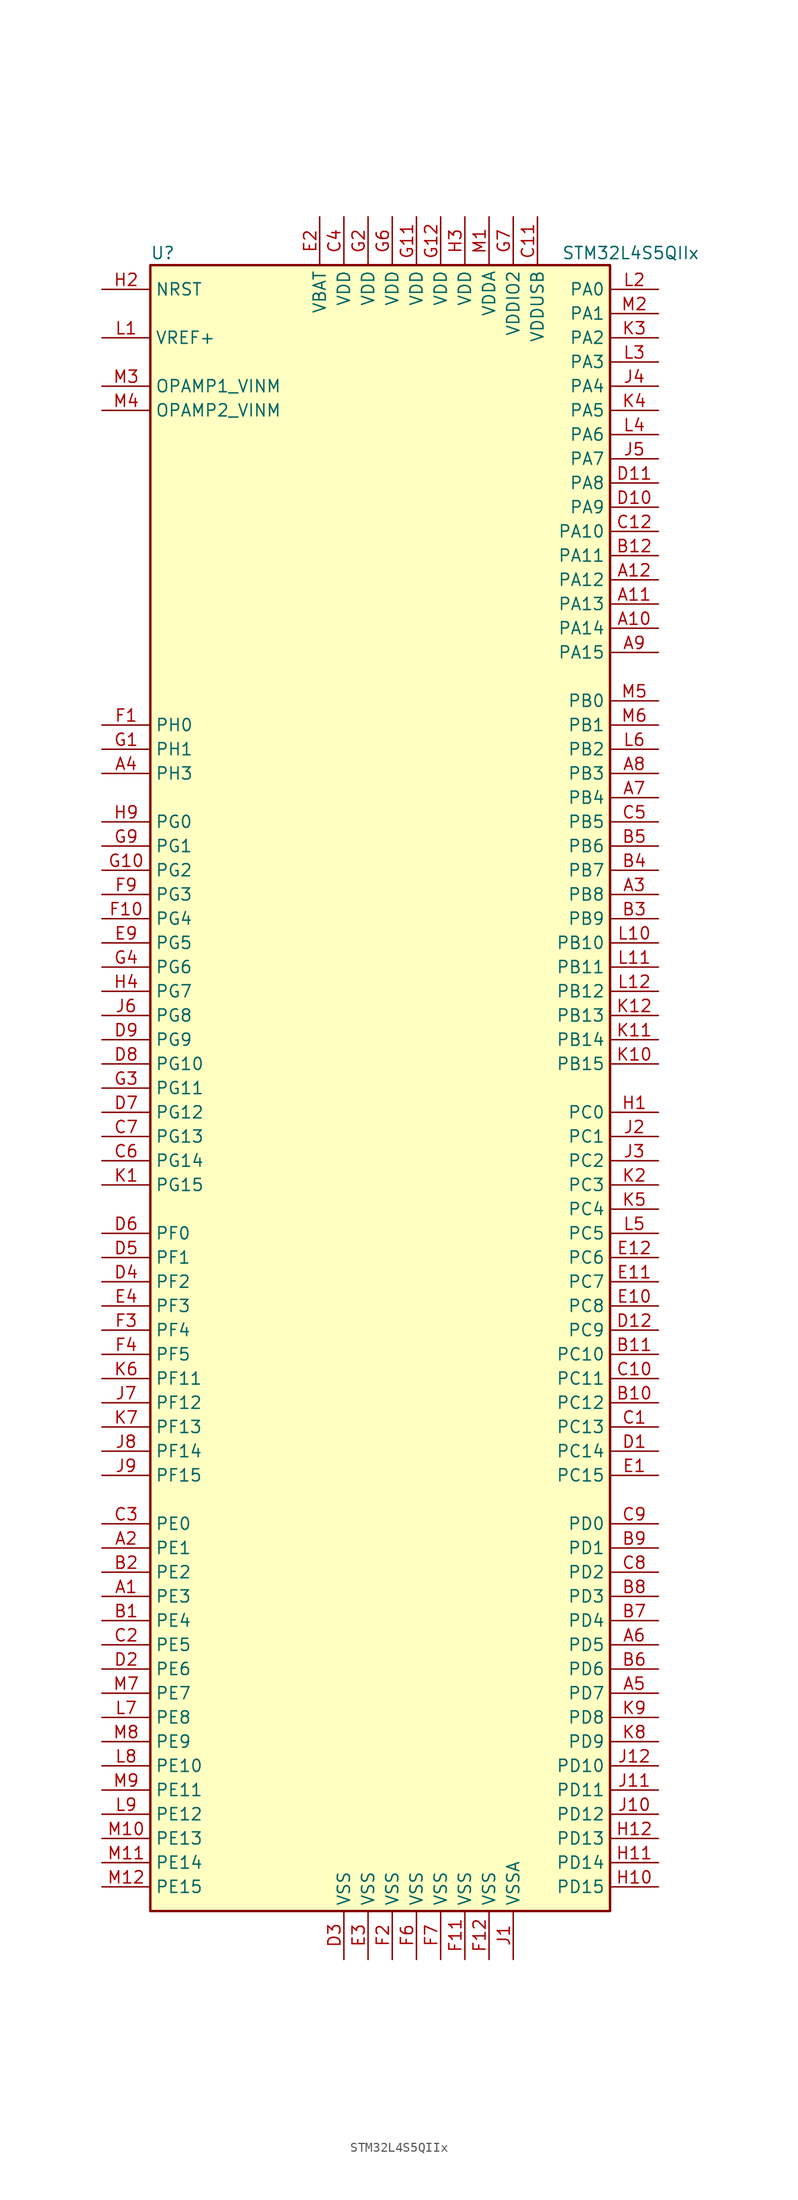
<source format=kicad_sym>
(kicad_symbol_lib
  (version 20220914)
  (generator kicad_symbol_editor)
  (symbol "STM32L4S5QIIx"
    (property "Reference" "U"
      (at -25.4 87.63 0)
      (effects (font (size 1.27 1.27)) (justify left)))
    (property "Value" "STM32L4S5QIIx"
      (at 17.78 87.63 0)
      (effects (font (size 1.27 1.27)) (justify left)))
    (symbol "STM32L4S5QIIx_0_1"
      (rectangle (start -25.4 -86.36) (end 22.86 86.36) (stroke (width 0.254) (type default)) (fill (type background))))
    (symbol "STM32L4S5QIIx_1_1"
      (pin bidirectional line (at -30.48 -53.34 0) (length 5.08) (name "PE3" (effects (font (size 1.27 1.27)))) (number "A1" (effects (font (size 1.27 1.27)))))
      (pin bidirectional line (at 27.94 48.26 180) (length 5.08) (name "PA14" (effects (font (size 1.27 1.27)))) (number "A10" (effects (font (size 1.27 1.27)))))
      (pin bidirectional line (at 27.94 50.8 180) (length 5.08) (name "PA13" (effects (font (size 1.27 1.27)))) (number "A11" (effects (font (size 1.27 1.27)))))
      (pin bidirectional line (at 27.94 53.34 180) (length 5.08) (name "PA12" (effects (font (size 1.27 1.27)))) (number "A12" (effects (font (size 1.27 1.27)))))
      (pin bidirectional line (at -30.48 -48.26 0) (length 5.08) (name "PE1" (effects (font (size 1.27 1.27)))) (number "A2" (effects (font (size 1.27 1.27)))))
      (pin bidirectional line (at 27.94 20.32 180) (length 5.08) (name "PB8" (effects (font (size 1.27 1.27)))) (number "A3" (effects (font (size 1.27 1.27)))))
      (pin bidirectional line (at -30.48 33.02 0) (length 5.08) (name "PH3" (effects (font (size 1.27 1.27)))) (number "A4" (effects (font (size 1.27 1.27)))))
      (pin bidirectional line (at 27.94 -63.5 180) (length 5.08) (name "PD7" (effects (font (size 1.27 1.27)))) (number "A5" (effects (font (size 1.27 1.27)))))
      (pin bidirectional line (at 27.94 -58.42 180) (length 5.08) (name "PD5" (effects (font (size 1.27 1.27)))) (number "A6" (effects (font (size 1.27 1.27)))))
      (pin bidirectional line (at 27.94 30.48 180) (length 5.08) (name "PB4" (effects (font (size 1.27 1.27)))) (number "A7" (effects (font (size 1.27 1.27)))))
      (pin bidirectional line (at 27.94 33.02 180) (length 5.08) (name "PB3" (effects (font (size 1.27 1.27)))) (number "A8" (effects (font (size 1.27 1.27)))))
      (pin bidirectional line (at 27.94 45.72 180) (length 5.08) (name "PA15" (effects (font (size 1.27 1.27)))) (number "A9" (effects (font (size 1.27 1.27)))))
      (pin bidirectional line (at -30.48 -55.88 0) (length 5.08) (name "PE4" (effects (font (size 1.27 1.27)))) (number "B1" (effects (font (size 1.27 1.27)))))
      (pin bidirectional line (at 27.94 -33.02 180) (length 5.08) (name "PC12" (effects (font (size 1.27 1.27)))) (number "B10" (effects (font (size 1.27 1.27)))))
      (pin bidirectional line (at 27.94 -27.94 180) (length 5.08) (name "PC10" (effects (font (size 1.27 1.27)))) (number "B11" (effects (font (size 1.27 1.27)))))
      (pin bidirectional line (at 27.94 55.88 180) (length 5.08) (name "PA11" (effects (font (size 1.27 1.27)))) (number "B12" (effects (font (size 1.27 1.27)))))
      (pin bidirectional line (at -30.48 -50.8 0) (length 5.08) (name "PE2" (effects (font (size 1.27 1.27)))) (number "B2" (effects (font (size 1.27 1.27)))))
      (pin bidirectional line (at 27.94 17.78 180) (length 5.08) (name "PB9" (effects (font (size 1.27 1.27)))) (number "B3" (effects (font (size 1.27 1.27)))))
      (pin bidirectional line (at 27.94 22.86 180) (length 5.08) (name "PB7" (effects (font (size 1.27 1.27)))) (number "B4" (effects (font (size 1.27 1.27)))))
      (pin bidirectional line (at 27.94 25.4 180) (length 5.08) (name "PB6" (effects (font (size 1.27 1.27)))) (number "B5" (effects (font (size 1.27 1.27)))))
      (pin bidirectional line (at 27.94 -60.96 180) (length 5.08) (name "PD6" (effects (font (size 1.27 1.27)))) (number "B6" (effects (font (size 1.27 1.27)))))
      (pin bidirectional line (at 27.94 -55.88 180) (length 5.08) (name "PD4" (effects (font (size 1.27 1.27)))) (number "B7" (effects (font (size 1.27 1.27)))))
      (pin bidirectional line (at 27.94 -53.34 180) (length 5.08) (name "PD3" (effects (font (size 1.27 1.27)))) (number "B8" (effects (font (size 1.27 1.27)))))
      (pin bidirectional line (at 27.94 -48.26 180) (length 5.08) (name "PD1" (effects (font (size 1.27 1.27)))) (number "B9" (effects (font (size 1.27 1.27)))))
      (pin bidirectional line (at 27.94 -35.56 180) (length 5.08) (name "PC13" (effects (font (size 1.27 1.27)))) (number "C1" (effects (font (size 1.27 1.27)))))
      (pin bidirectional line (at 27.94 -30.48 180) (length 5.08) (name "PC11" (effects (font (size 1.27 1.27)))) (number "C10" (effects (font (size 1.27 1.27)))))
      (pin power_in line (at 15.24 91.44 270) (length 5.08) (name "VDDUSB" (effects (font (size 1.27 1.27)))) (number "C11" (effects (font (size 1.27 1.27)))))
      (pin bidirectional line (at 27.94 58.42 180) (length 5.08) (name "PA10" (effects (font (size 1.27 1.27)))) (number "C12" (effects (font (size 1.27 1.27)))))
      (pin bidirectional line (at -30.48 -58.42 0) (length 5.08) (name "PE5" (effects (font (size 1.27 1.27)))) (number "C2" (effects (font (size 1.27 1.27)))))
      (pin bidirectional line (at -30.48 -45.72 0) (length 5.08) (name "PE0" (effects (font (size 1.27 1.27)))) (number "C3" (effects (font (size 1.27 1.27)))))
      (pin power_in line (at -5.08 91.44 270) (length 5.08) (name "VDD" (effects (font (size 1.27 1.27)))) (number "C4" (effects (font (size 1.27 1.27)))))
      (pin bidirectional line (at 27.94 27.94 180) (length 5.08) (name "PB5" (effects (font (size 1.27 1.27)))) (number "C5" (effects (font (size 1.27 1.27)))))
      (pin bidirectional line (at -30.48 -7.62 0) (length 5.08) (name "PG14" (effects (font (size 1.27 1.27)))) (number "C6" (effects (font (size 1.27 1.27)))))
      (pin bidirectional line (at -30.48 -5.08 0) (length 5.08) (name "PG13" (effects (font (size 1.27 1.27)))) (number "C7" (effects (font (size 1.27 1.27)))))
      (pin bidirectional line (at 27.94 -50.8 180) (length 5.08) (name "PD2" (effects (font (size 1.27 1.27)))) (number "C8" (effects (font (size 1.27 1.27)))))
      (pin bidirectional line (at 27.94 -45.72 180) (length 5.08) (name "PD0" (effects (font (size 1.27 1.27)))) (number "C9" (effects (font (size 1.27 1.27)))))
      (pin bidirectional line (at 27.94 -38.1 180) (length 5.08) (name "PC14" (effects (font (size 1.27 1.27)))) (number "D1" (effects (font (size 1.27 1.27)))))
      (pin bidirectional line (at 27.94 60.96 180) (length 5.08) (name "PA9" (effects (font (size 1.27 1.27)))) (number "D10" (effects (font (size 1.27 1.27)))))
      (pin bidirectional line (at 27.94 63.5 180) (length 5.08) (name "PA8" (effects (font (size 1.27 1.27)))) (number "D11" (effects (font (size 1.27 1.27)))))
      (pin bidirectional line (at 27.94 -25.4 180) (length 5.08) (name "PC9" (effects (font (size 1.27 1.27)))) (number "D12" (effects (font (size 1.27 1.27)))))
      (pin bidirectional line (at -30.48 -60.96 0) (length 5.08) (name "PE6" (effects (font (size 1.27 1.27)))) (number "D2" (effects (font (size 1.27 1.27)))))
      (pin power_in line (at -5.08 -91.44 90) (length 5.08) (name "VSS" (effects (font (size 1.27 1.27)))) (number "D3" (effects (font (size 1.27 1.27)))))
      (pin bidirectional line (at -30.48 -20.32 0) (length 5.08) (name "PF2" (effects (font (size 1.27 1.27)))) (number "D4" (effects (font (size 1.27 1.27)))))
      (pin bidirectional line (at -30.48 -17.78 0) (length 5.08) (name "PF1" (effects (font (size 1.27 1.27)))) (number "D5" (effects (font (size 1.27 1.27)))))
      (pin bidirectional line (at -30.48 -15.24 0) (length 5.08) (name "PF0" (effects (font (size 1.27 1.27)))) (number "D6" (effects (font (size 1.27 1.27)))))
      (pin bidirectional line (at -30.48 -2.54 0) (length 5.08) (name "PG12" (effects (font (size 1.27 1.27)))) (number "D7" (effects (font (size 1.27 1.27)))))
      (pin bidirectional line (at -30.48 2.54 0) (length 5.08) (name "PG10" (effects (font (size 1.27 1.27)))) (number "D8" (effects (font (size 1.27 1.27)))))
      (pin bidirectional line (at -30.48 5.08 0) (length 5.08) (name "PG9" (effects (font (size 1.27 1.27)))) (number "D9" (effects (font (size 1.27 1.27)))))
      (pin bidirectional line (at 27.94 -40.64 180) (length 5.08) (name "PC15" (effects (font (size 1.27 1.27)))) (number "E1" (effects (font (size 1.27 1.27)))))
      (pin bidirectional line (at 27.94 -22.86 180) (length 5.08) (name "PC8" (effects (font (size 1.27 1.27)))) (number "E10" (effects (font (size 1.27 1.27)))))
      (pin bidirectional line (at 27.94 -20.32 180) (length 5.08) (name "PC7" (effects (font (size 1.27 1.27)))) (number "E11" (effects (font (size 1.27 1.27)))))
      (pin bidirectional line (at 27.94 -17.78 180) (length 5.08) (name "PC6" (effects (font (size 1.27 1.27)))) (number "E12" (effects (font (size 1.27 1.27)))))
      (pin power_in line (at -7.62 91.44 270) (length 5.08) (name "VBAT" (effects (font (size 1.27 1.27)))) (number "E2" (effects (font (size 1.27 1.27)))))
      (pin power_in line (at -2.54 -91.44 90) (length 5.08) (name "VSS" (effects (font (size 1.27 1.27)))) (number "E3" (effects (font (size 1.27 1.27)))))
      (pin bidirectional line (at -30.48 -22.86 0) (length 5.08) (name "PF3" (effects (font (size 1.27 1.27)))) (number "E4" (effects (font (size 1.27 1.27)))))
      (pin bidirectional line (at -30.48 15.24 0) (length 5.08) (name "PG5" (effects (font (size 1.27 1.27)))) (number "E9" (effects (font (size 1.27 1.27)))))
      (pin input line (at -30.48 38.1 0) (length 5.08) (name "PH0" (effects (font (size 1.27 1.27)))) (number "F1" (effects (font (size 1.27 1.27)))))
      (pin bidirectional line (at -30.48 17.78 0) (length 5.08) (name "PG4" (effects (font (size 1.27 1.27)))) (number "F10" (effects (font (size 1.27 1.27)))))
      (pin power_in line (at 7.62 -91.44 90) (length 5.08) (name "VSS" (effects (font (size 1.27 1.27)))) (number "F11" (effects (font (size 1.27 1.27)))))
      (pin power_in line (at 10.16 -91.44 90) (length 5.08) (name "VSS" (effects (font (size 1.27 1.27)))) (number "F12" (effects (font (size 1.27 1.27)))))
      (pin power_in line (at 0 -91.44 90) (length 5.08) (name "VSS" (effects (font (size 1.27 1.27)))) (number "F2" (effects (font (size 1.27 1.27)))))
      (pin bidirectional line (at -30.48 -25.4 0) (length 5.08) (name "PF4" (effects (font (size 1.27 1.27)))) (number "F3" (effects (font (size 1.27 1.27)))))
      (pin bidirectional line (at -30.48 -27.94 0) (length 5.08) (name "PF5" (effects (font (size 1.27 1.27)))) (number "F4" (effects (font (size 1.27 1.27)))))
      (pin power_in line (at 2.54 -91.44 90) (length 5.08) (name "VSS" (effects (font (size 1.27 1.27)))) (number "F6" (effects (font (size 1.27 1.27)))))
      (pin power_in line (at 5.08 -91.44 90) (length 5.08) (name "VSS" (effects (font (size 1.27 1.27)))) (number "F7" (effects (font (size 1.27 1.27)))))
      (pin bidirectional line (at -30.48 20.32 0) (length 5.08) (name "PG3" (effects (font (size 1.27 1.27)))) (number "F9" (effects (font (size 1.27 1.27)))))
      (pin input line (at -30.48 35.56 0) (length 5.08) (name "PH1" (effects (font (size 1.27 1.27)))) (number "G1" (effects (font (size 1.27 1.27)))))
      (pin bidirectional line (at -30.48 22.86 0) (length 5.08) (name "PG2" (effects (font (size 1.27 1.27)))) (number "G10" (effects (font (size 1.27 1.27)))))
      (pin power_in line (at 2.54 91.44 270) (length 5.08) (name "VDD" (effects (font (size 1.27 1.27)))) (number "G11" (effects (font (size 1.27 1.27)))))
      (pin power_in line (at 5.08 91.44 270) (length 5.08) (name "VDD" (effects (font (size 1.27 1.27)))) (number "G12" (effects (font (size 1.27 1.27)))))
      (pin power_in line (at -2.54 91.44 270) (length 5.08) (name "VDD" (effects (font (size 1.27 1.27)))) (number "G2" (effects (font (size 1.27 1.27)))))
      (pin bidirectional line (at -30.48 0 0) (length 5.08) (name "PG11" (effects (font (size 1.27 1.27)))) (number "G3" (effects (font (size 1.27 1.27)))))
      (pin bidirectional line (at -30.48 12.7 0) (length 5.08) (name "PG6" (effects (font (size 1.27 1.27)))) (number "G4" (effects (font (size 1.27 1.27)))))
      (pin power_in line (at 0 91.44 270) (length 5.08) (name "VDD" (effects (font (size 1.27 1.27)))) (number "G6" (effects (font (size 1.27 1.27)))))
      (pin power_in line (at 12.7 91.44 270) (length 5.08) (name "VDDIO2" (effects (font (size 1.27 1.27)))) (number "G7" (effects (font (size 1.27 1.27)))))
      (pin bidirectional line (at -30.48 25.4 0) (length 5.08) (name "PG1" (effects (font (size 1.27 1.27)))) (number "G9" (effects (font (size 1.27 1.27)))))
      (pin bidirectional line (at 27.94 -2.54 180) (length 5.08) (name "PC0" (effects (font (size 1.27 1.27)))) (number "H1" (effects (font (size 1.27 1.27)))))
      (pin bidirectional line (at 27.94 -83.82 180) (length 5.08) (name "PD15" (effects (font (size 1.27 1.27)))) (number "H10" (effects (font (size 1.27 1.27)))))
      (pin bidirectional line (at 27.94 -81.28 180) (length 5.08) (name "PD14" (effects (font (size 1.27 1.27)))) (number "H11" (effects (font (size 1.27 1.27)))))
      (pin bidirectional line (at 27.94 -78.74 180) (length 5.08) (name "PD13" (effects (font (size 1.27 1.27)))) (number "H12" (effects (font (size 1.27 1.27)))))
      (pin input line (at -30.48 83.82 0) (length 5.08) (name "NRST" (effects (font (size 1.27 1.27)))) (number "H2" (effects (font (size 1.27 1.27)))))
      (pin power_in line (at 7.62 91.44 270) (length 5.08) (name "VDD" (effects (font (size 1.27 1.27)))) (number "H3" (effects (font (size 1.27 1.27)))))
      (pin bidirectional line (at -30.48 10.16 0) (length 5.08) (name "PG7" (effects (font (size 1.27 1.27)))) (number "H4" (effects (font (size 1.27 1.27)))))
      (pin bidirectional line (at -30.48 27.94 0) (length 5.08) (name "PG0" (effects (font (size 1.27 1.27)))) (number "H9" (effects (font (size 1.27 1.27)))))
      (pin power_in line (at 12.7 -91.44 90) (length 5.08) (name "VSSA" (effects (font (size 1.27 1.27)))) (number "J1" (effects (font (size 1.27 1.27)))))
      (pin bidirectional line (at 27.94 -76.2 180) (length 5.08) (name "PD12" (effects (font (size 1.27 1.27)))) (number "J10" (effects (font (size 1.27 1.27)))))
      (pin bidirectional line (at 27.94 -73.66 180) (length 5.08) (name "PD11" (effects (font (size 1.27 1.27)))) (number "J11" (effects (font (size 1.27 1.27)))))
      (pin bidirectional line (at 27.94 -71.12 180) (length 5.08) (name "PD10" (effects (font (size 1.27 1.27)))) (number "J12" (effects (font (size 1.27 1.27)))))
      (pin bidirectional line (at 27.94 -5.08 180) (length 5.08) (name "PC1" (effects (font (size 1.27 1.27)))) (number "J2" (effects (font (size 1.27 1.27)))))
      (pin bidirectional line (at 27.94 -7.62 180) (length 5.08) (name "PC2" (effects (font (size 1.27 1.27)))) (number "J3" (effects (font (size 1.27 1.27)))))
      (pin bidirectional line (at 27.94 73.66 180) (length 5.08) (name "PA4" (effects (font (size 1.27 1.27)))) (number "J4" (effects (font (size 1.27 1.27)))))
      (pin bidirectional line (at 27.94 66.04 180) (length 5.08) (name "PA7" (effects (font (size 1.27 1.27)))) (number "J5" (effects (font (size 1.27 1.27)))))
      (pin bidirectional line (at -30.48 7.62 0) (length 5.08) (name "PG8" (effects (font (size 1.27 1.27)))) (number "J6" (effects (font (size 1.27 1.27)))))
      (pin bidirectional line (at -30.48 -33.02 0) (length 5.08) (name "PF12" (effects (font (size 1.27 1.27)))) (number "J7" (effects (font (size 1.27 1.27)))))
      (pin bidirectional line (at -30.48 -38.1 0) (length 5.08) (name "PF14" (effects (font (size 1.27 1.27)))) (number "J8" (effects (font (size 1.27 1.27)))))
      (pin bidirectional line (at -30.48 -40.64 0) (length 5.08) (name "PF15" (effects (font (size 1.27 1.27)))) (number "J9" (effects (font (size 1.27 1.27)))))
      (pin bidirectional line (at -30.48 -10.16 0) (length 5.08) (name "PG15" (effects (font (size 1.27 1.27)))) (number "K1" (effects (font (size 1.27 1.27)))))
      (pin bidirectional line (at 27.94 2.54 180) (length 5.08) (name "PB15" (effects (font (size 1.27 1.27)))) (number "K10" (effects (font (size 1.27 1.27)))))
      (pin bidirectional line (at 27.94 5.08 180) (length 5.08) (name "PB14" (effects (font (size 1.27 1.27)))) (number "K11" (effects (font (size 1.27 1.27)))))
      (pin bidirectional line (at 27.94 7.62 180) (length 5.08) (name "PB13" (effects (font (size 1.27 1.27)))) (number "K12" (effects (font (size 1.27 1.27)))))
      (pin bidirectional line (at 27.94 -10.16 180) (length 5.08) (name "PC3" (effects (font (size 1.27 1.27)))) (number "K2" (effects (font (size 1.27 1.27)))))
      (pin bidirectional line (at 27.94 78.74 180) (length 5.08) (name "PA2" (effects (font (size 1.27 1.27)))) (number "K3" (effects (font (size 1.27 1.27)))))
      (pin bidirectional line (at 27.94 71.12 180) (length 5.08) (name "PA5" (effects (font (size 1.27 1.27)))) (number "K4" (effects (font (size 1.27 1.27)))))
      (pin bidirectional line (at 27.94 -12.7 180) (length 5.08) (name "PC4" (effects (font (size 1.27 1.27)))) (number "K5" (effects (font (size 1.27 1.27)))))
      (pin bidirectional line (at -30.48 -30.48 0) (length 5.08) (name "PF11" (effects (font (size 1.27 1.27)))) (number "K6" (effects (font (size 1.27 1.27)))))
      (pin bidirectional line (at -30.48 -35.56 0) (length 5.08) (name "PF13" (effects (font (size 1.27 1.27)))) (number "K7" (effects (font (size 1.27 1.27)))))
      (pin bidirectional line (at 27.94 -68.58 180) (length 5.08) (name "PD9" (effects (font (size 1.27 1.27)))) (number "K8" (effects (font (size 1.27 1.27)))))
      (pin bidirectional line (at 27.94 -66.04 180) (length 5.08) (name "PD8" (effects (font (size 1.27 1.27)))) (number "K9" (effects (font (size 1.27 1.27)))))
      (pin bidirectional line (at -30.48 78.74 0) (length 5.08) (name "VREF+" (effects (font (size 1.27 1.27)))) (number "L1" (effects (font (size 1.27 1.27)))))
      (pin bidirectional line (at 27.94 15.24 180) (length 5.08) (name "PB10" (effects (font (size 1.27 1.27)))) (number "L10" (effects (font (size 1.27 1.27)))))
      (pin bidirectional line (at 27.94 12.7 180) (length 5.08) (name "PB11" (effects (font (size 1.27 1.27)))) (number "L11" (effects (font (size 1.27 1.27)))))
      (pin bidirectional line (at 27.94 10.16 180) (length 5.08) (name "PB12" (effects (font (size 1.27 1.27)))) (number "L12" (effects (font (size 1.27 1.27)))))
      (pin bidirectional line (at 27.94 83.82 180) (length 5.08) (name "PA0" (effects (font (size 1.27 1.27)))) (number "L2" (effects (font (size 1.27 1.27)))))
      (pin bidirectional line (at 27.94 76.2 180) (length 5.08) (name "PA3" (effects (font (size 1.27 1.27)))) (number "L3" (effects (font (size 1.27 1.27)))))
      (pin bidirectional line (at 27.94 68.58 180) (length 5.08) (name "PA6" (effects (font (size 1.27 1.27)))) (number "L4" (effects (font (size 1.27 1.27)))))
      (pin bidirectional line (at 27.94 -15.24 180) (length 5.08) (name "PC5" (effects (font (size 1.27 1.27)))) (number "L5" (effects (font (size 1.27 1.27)))))
      (pin bidirectional line (at 27.94 35.56 180) (length 5.08) (name "PB2" (effects (font (size 1.27 1.27)))) (number "L6" (effects (font (size 1.27 1.27)))))
      (pin bidirectional line (at -30.48 -66.04 0) (length 5.08) (name "PE8" (effects (font (size 1.27 1.27)))) (number "L7" (effects (font (size 1.27 1.27)))))
      (pin bidirectional line (at -30.48 -71.12 0) (length 5.08) (name "PE10" (effects (font (size 1.27 1.27)))) (number "L8" (effects (font (size 1.27 1.27)))))
      (pin bidirectional line (at -30.48 -76.2 0) (length 5.08) (name "PE12" (effects (font (size 1.27 1.27)))) (number "L9" (effects (font (size 1.27 1.27)))))
      (pin power_in line (at 10.16 91.44 270) (length 5.08) (name "VDDA" (effects (font (size 1.27 1.27)))) (number "M1" (effects (font (size 1.27 1.27)))))
      (pin bidirectional line (at -30.48 -78.74 0) (length 5.08) (name "PE13" (effects (font (size 1.27 1.27)))) (number "M10" (effects (font (size 1.27 1.27)))))
      (pin bidirectional line (at -30.48 -81.28 0) (length 5.08) (name "PE14" (effects (font (size 1.27 1.27)))) (number "M11" (effects (font (size 1.27 1.27)))))
      (pin bidirectional line (at -30.48 -83.82 0) (length 5.08) (name "PE15" (effects (font (size 1.27 1.27)))) (number "M12" (effects (font (size 1.27 1.27)))))
      (pin bidirectional line (at 27.94 81.28 180) (length 5.08) (name "PA1" (effects (font (size 1.27 1.27)))) (number "M2" (effects (font (size 1.27 1.27)))))
      (pin bidirectional line (at -30.48 73.66 0) (length 5.08) (name "OPAMP1_VINM" (effects (font (size 1.27 1.27)))) (number "M3" (effects (font (size 1.27 1.27)))))
      (pin bidirectional line (at -30.48 71.12 0) (length 5.08) (name "OPAMP2_VINM" (effects (font (size 1.27 1.27)))) (number "M4" (effects (font (size 1.27 1.27)))))
      (pin bidirectional line (at 27.94 40.64 180) (length 5.08) (name "PB0" (effects (font (size 1.27 1.27)))) (number "M5" (effects (font (size 1.27 1.27)))))
      (pin bidirectional line (at 27.94 38.1 180) (length 5.08) (name "PB1" (effects (font (size 1.27 1.27)))) (number "M6" (effects (font (size 1.27 1.27)))))
      (pin bidirectional line (at -30.48 -63.5 0) (length 5.08) (name "PE7" (effects (font (size 1.27 1.27)))) (number "M7" (effects (font (size 1.27 1.27)))))
      (pin bidirectional line (at -30.48 -68.58 0) (length 5.08) (name "PE9" (effects (font (size 1.27 1.27)))) (number "M8" (effects (font (size 1.27 1.27)))))
      (pin bidirectional line (at -30.48 -73.66 0) (length 5.08) (name "PE11" (effects (font (size 1.27 1.27)))) (number "M9" (effects (font (size 1.27 1.27))))))))
</source>
